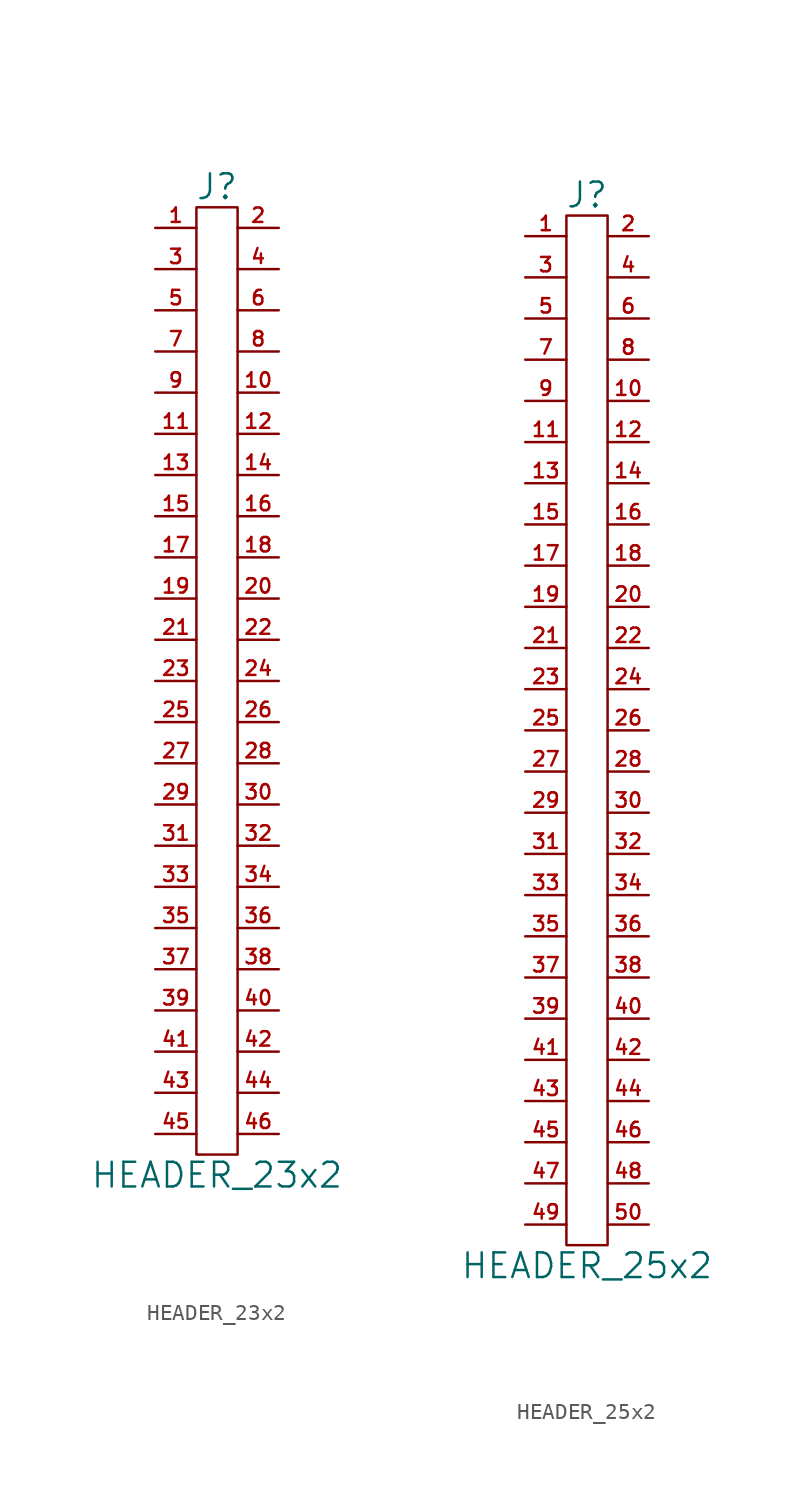
<source format=kicad_sym>
(kicad_symbol_lib
  (version 20211014)
  (generator kicad_symbol_editor)
  (symbol "HEADER_23x2"
    (pin_names
      (offset 0))
    (property "Reference" "J"
      (at 0 30.48 0)
      (effects (font (size 1.524 1.524))))
    (property "Value" "HEADER_23x2"
      (at 0 -30.48 0)
      (effects (font (size 1.524 1.524))))
    (property "Footprint" ""
      (at 0 -2.54 0)
      (effects (font (size 1.524 1.524))))
    (property "Datasheet" ""
      (at 0 -2.54 0)
      (effects (font (size 1.524 1.524))))
    (symbol "HEADER_23x2_0_1"
      (rectangle (start 1.27 -29.21) (end -1.27 29.21) (stroke (width 0) (type default) (color 0 0 0 0)) (fill (type none))))
    (symbol "HEADER_23x2_1_1"
      (pin passive line (at -3.81 27.94 0) (length 2.54) (name "~" (effects (font (size 0.889 0.889)))) (number "1" (effects (font (size 0.889 0.889)))))
      (pin passive line (at 3.81 17.78 180) (length 2.54) (name "~" (effects (font (size 1.27 1.27)))) (number "10" (effects (font (size 0.889 0.889)))))
      (pin passive line (at -3.81 15.24 0) (length 2.54) (name "~" (effects (font (size 1.27 1.27)))) (number "11" (effects (font (size 0.889 0.889)))))
      (pin passive line (at 3.81 15.24 180) (length 2.54) (name "~" (effects (font (size 1.27 1.27)))) (number "12" (effects (font (size 0.889 0.889)))))
      (pin passive line (at -3.81 12.7 0) (length 2.54) (name "~" (effects (font (size 1.27 1.27)))) (number "13" (effects (font (size 0.889 0.889)))))
      (pin passive line (at 3.81 12.7 180) (length 2.54) (name "~" (effects (font (size 1.27 1.27)))) (number "14" (effects (font (size 0.889 0.889)))))
      (pin passive line (at -3.81 10.16 0) (length 2.54) (name "~" (effects (font (size 1.27 1.27)))) (number "15" (effects (font (size 0.889 0.889)))))
      (pin passive line (at 3.81 10.16 180) (length 2.54) (name "~" (effects (font (size 1.27 1.27)))) (number "16" (effects (font (size 0.889 0.889)))))
      (pin passive line (at -3.81 7.62 0) (length 2.54) (name "~" (effects (font (size 1.27 1.27)))) (number "17" (effects (font (size 0.889 0.889)))))
      (pin passive line (at 3.81 7.62 180) (length 2.54) (name "~" (effects (font (size 1.27 1.27)))) (number "18" (effects (font (size 0.889 0.889)))))
      (pin passive line (at -3.81 5.08 0) (length 2.54) (name "~" (effects (font (size 1.27 1.27)))) (number "19" (effects (font (size 0.889 0.889)))))
      (pin passive line (at 3.81 27.94 180) (length 2.54) (name "~" (effects (font (size 1.27 1.27)))) (number "2" (effects (font (size 0.889 0.889)))))
      (pin passive line (at 3.81 5.08 180) (length 2.54) (name "~" (effects (font (size 1.27 1.27)))) (number "20" (effects (font (size 0.889 0.889)))))
      (pin passive line (at -3.81 2.54 0) (length 2.54) (name "~" (effects (font (size 1.27 1.27)))) (number "21" (effects (font (size 0.889 0.889)))))
      (pin passive line (at 3.81 2.54 180) (length 2.54) (name "~" (effects (font (size 1.27 1.27)))) (number "22" (effects (font (size 0.889 0.889)))))
      (pin passive line (at -3.81 0 0) (length 2.54) (name "~" (effects (font (size 1.27 1.27)))) (number "23" (effects (font (size 0.889 0.889)))))
      (pin passive line (at 3.81 0 180) (length 2.54) (name "~" (effects (font (size 1.27 1.27)))) (number "24" (effects (font (size 0.889 0.889)))))
      (pin passive line (at -3.81 -2.54 0) (length 2.54) (name "~" (effects (font (size 1.27 1.27)))) (number "25" (effects (font (size 0.889 0.889)))))
      (pin passive line (at 3.81 -2.54 180) (length 2.54) (name "~" (effects (font (size 1.27 1.27)))) (number "26" (effects (font (size 0.889 0.889)))))
      (pin passive line (at -3.81 -5.08 0) (length 2.54) (name "~" (effects (font (size 1.27 1.27)))) (number "27" (effects (font (size 0.889 0.889)))))
      (pin passive line (at 3.81 -5.08 180) (length 2.54) (name "~" (effects (font (size 1.27 1.27)))) (number "28" (effects (font (size 0.889 0.889)))))
      (pin passive line (at -3.81 -7.62 0) (length 2.54) (name "~" (effects (font (size 1.27 1.27)))) (number "29" (effects (font (size 0.889 0.889)))))
      (pin passive line (at -3.81 25.4 0) (length 2.54) (name "~" (effects (font (size 1.27 1.27)))) (number "3" (effects (font (size 0.889 0.889)))))
      (pin passive line (at 3.81 -7.62 180) (length 2.54) (name "~" (effects (font (size 1.27 1.27)))) (number "30" (effects (font (size 0.889 0.889)))))
      (pin passive line (at -3.81 -10.16 0) (length 2.54) (name "~" (effects (font (size 1.27 1.27)))) (number "31" (effects (font (size 0.889 0.889)))))
      (pin passive line (at 3.81 -10.16 180) (length 2.54) (name "~" (effects (font (size 1.27 1.27)))) (number "32" (effects (font (size 0.889 0.889)))))
      (pin passive line (at -3.81 -12.7 0) (length 2.54) (name "~" (effects (font (size 1.27 1.27)))) (number "33" (effects (font (size 0.889 0.889)))))
      (pin passive line (at 3.81 -12.7 180) (length 2.54) (name "~" (effects (font (size 1.27 1.27)))) (number "34" (effects (font (size 0.889 0.889)))))
      (pin passive line (at -3.81 -15.24 0) (length 2.54) (name "~" (effects (font (size 1.27 1.27)))) (number "35" (effects (font (size 0.889 0.889)))))
      (pin passive line (at 3.81 -15.24 180) (length 2.54) (name "~" (effects (font (size 1.27 1.27)))) (number "36" (effects (font (size 0.889 0.889)))))
      (pin passive line (at -3.81 -17.78 0) (length 2.54) (name "~" (effects (font (size 1.27 1.27)))) (number "37" (effects (font (size 0.889 0.889)))))
      (pin passive line (at 3.81 -17.78 180) (length 2.54) (name "~" (effects (font (size 1.27 1.27)))) (number "38" (effects (font (size 0.889 0.889)))))
      (pin passive line (at -3.81 -20.32 0) (length 2.54) (name "~" (effects (font (size 1.27 1.27)))) (number "39" (effects (font (size 0.889 0.889)))))
      (pin passive line (at 3.81 25.4 180) (length 2.54) (name "~" (effects (font (size 1.27 1.27)))) (number "4" (effects (font (size 0.889 0.889)))))
      (pin passive line (at 3.81 -20.32 180) (length 2.54) (name "~" (effects (font (size 1.27 1.27)))) (number "40" (effects (font (size 0.889 0.889)))))
      (pin passive line (at -3.81 -22.86 0) (length 2.54) (name "~" (effects (font (size 1.27 1.27)))) (number "41" (effects (font (size 0.889 0.889)))))
      (pin passive line (at 3.81 -22.86 180) (length 2.54) (name "~" (effects (font (size 1.27 1.27)))) (number "42" (effects (font (size 0.889 0.889)))))
      (pin passive line (at -3.81 -25.4 0) (length 2.54) (name "~" (effects (font (size 1.27 1.27)))) (number "43" (effects (font (size 0.889 0.889)))))
      (pin passive line (at 3.81 -25.4 180) (length 2.54) (name "~" (effects (font (size 1.27 1.27)))) (number "44" (effects (font (size 0.889 0.889)))))
      (pin passive line (at -3.81 -27.94 0) (length 2.54) (name "~" (effects (font (size 1.27 1.27)))) (number "45" (effects (font (size 0.889 0.889)))))
      (pin passive line (at 3.81 -27.94 180) (length 2.54) (name "~" (effects (font (size 1.27 1.27)))) (number "46" (effects (font (size 0.889 0.889)))))
      (pin passive line (at -3.81 22.86 0) (length 2.54) (name "~" (effects (font (size 1.27 1.27)))) (number "5" (effects (font (size 0.889 0.889)))))
      (pin passive line (at 3.81 22.86 180) (length 2.54) (name "~" (effects (font (size 1.27 1.27)))) (number "6" (effects (font (size 0.889 0.889)))))
      (pin passive line (at -3.81 20.32 0) (length 2.54) (name "~" (effects (font (size 1.27 1.27)))) (number "7" (effects (font (size 0.889 0.889)))))
      (pin passive line (at 3.81 20.32 180) (length 2.54) (name "~" (effects (font (size 1.27 1.27)))) (number "8" (effects (font (size 0.889 0.889)))))
      (pin passive line (at -3.81 17.78 0) (length 2.54) (name "~" (effects (font (size 1.27 1.27)))) (number "9" (effects (font (size 0.889 0.889)))))))
  (symbol "HEADER_25x2"
    (pin_names
      (offset 0))
    (property "Reference" "J"
      (at 0 33.02 0)
      (effects (font (size 1.524 1.524))))
    (property "Value" "HEADER_25x2"
      (at 0 -33.02 0)
      (effects (font (size 1.524 1.524))))
    (property "Footprint" ""
      (at 0 0 0)
      (effects (font (size 1.524 1.524))))
    (property "Datasheet" ""
      (at 0 0 0)
      (effects (font (size 1.524 1.524))))
    (symbol "HEADER_25x2_0_1"
      (rectangle (start 1.27 31.75) (end -1.27 -31.75) (stroke (width 0) (type default) (color 0 0 0 0)) (fill (type none))))
    (symbol "HEADER_25x2_1_1"
      (pin passive line (at -3.81 30.48 0) (length 2.54) (name "~" (effects (font (size 0.889 0.889)))) (number "1" (effects (font (size 0.889 0.889)))))
      (pin passive line (at 3.81 20.32 180) (length 2.54) (name "~" (effects (font (size 1.27 1.27)))) (number "10" (effects (font (size 0.889 0.889)))))
      (pin passive line (at -3.81 17.78 0) (length 2.54) (name "~" (effects (font (size 1.27 1.27)))) (number "11" (effects (font (size 0.889 0.889)))))
      (pin passive line (at 3.81 17.78 180) (length 2.54) (name "~" (effects (font (size 1.27 1.27)))) (number "12" (effects (font (size 0.889 0.889)))))
      (pin passive line (at -3.81 15.24 0) (length 2.54) (name "~" (effects (font (size 1.27 1.27)))) (number "13" (effects (font (size 0.889 0.889)))))
      (pin passive line (at 3.81 15.24 180) (length 2.54) (name "~" (effects (font (size 1.27 1.27)))) (number "14" (effects (font (size 0.889 0.889)))))
      (pin passive line (at -3.81 12.7 0) (length 2.54) (name "~" (effects (font (size 1.27 1.27)))) (number "15" (effects (font (size 0.889 0.889)))))
      (pin passive line (at 3.81 12.7 180) (length 2.54) (name "~" (effects (font (size 1.27 1.27)))) (number "16" (effects (font (size 0.889 0.889)))))
      (pin passive line (at -3.81 10.16 0) (length 2.54) (name "~" (effects (font (size 1.27 1.27)))) (number "17" (effects (font (size 0.889 0.889)))))
      (pin passive line (at 3.81 10.16 180) (length 2.54) (name "~" (effects (font (size 1.27 1.27)))) (number "18" (effects (font (size 0.889 0.889)))))
      (pin passive line (at -3.81 7.62 0) (length 2.54) (name "~" (effects (font (size 1.27 1.27)))) (number "19" (effects (font (size 0.889 0.889)))))
      (pin passive line (at 3.81 30.48 180) (length 2.54) (name "~" (effects (font (size 1.27 1.27)))) (number "2" (effects (font (size 0.889 0.889)))))
      (pin passive line (at 3.81 7.62 180) (length 2.54) (name "~" (effects (font (size 1.27 1.27)))) (number "20" (effects (font (size 0.889 0.889)))))
      (pin passive line (at -3.81 5.08 0) (length 2.54) (name "~" (effects (font (size 1.27 1.27)))) (number "21" (effects (font (size 0.889 0.889)))))
      (pin passive line (at 3.81 5.08 180) (length 2.54) (name "~" (effects (font (size 1.27 1.27)))) (number "22" (effects (font (size 0.889 0.889)))))
      (pin passive line (at -3.81 2.54 0) (length 2.54) (name "~" (effects (font (size 1.27 1.27)))) (number "23" (effects (font (size 0.889 0.889)))))
      (pin passive line (at 3.81 2.54 180) (length 2.54) (name "~" (effects (font (size 1.27 1.27)))) (number "24" (effects (font (size 0.889 0.889)))))
      (pin passive line (at -3.81 0 0) (length 2.54) (name "~" (effects (font (size 1.27 1.27)))) (number "25" (effects (font (size 0.889 0.889)))))
      (pin passive line (at 3.81 0 180) (length 2.54) (name "~" (effects (font (size 1.27 1.27)))) (number "26" (effects (font (size 0.889 0.889)))))
      (pin passive line (at -3.81 -2.54 0) (length 2.54) (name "~" (effects (font (size 1.27 1.27)))) (number "27" (effects (font (size 0.889 0.889)))))
      (pin passive line (at 3.81 -2.54 180) (length 2.54) (name "~" (effects (font (size 1.27 1.27)))) (number "28" (effects (font (size 0.889 0.889)))))
      (pin passive line (at -3.81 -5.08 0) (length 2.54) (name "~" (effects (font (size 1.27 1.27)))) (number "29" (effects (font (size 0.889 0.889)))))
      (pin passive line (at -3.81 27.94 0) (length 2.54) (name "~" (effects (font (size 1.27 1.27)))) (number "3" (effects (font (size 0.889 0.889)))))
      (pin passive line (at 3.81 -5.08 180) (length 2.54) (name "~" (effects (font (size 1.27 1.27)))) (number "30" (effects (font (size 0.889 0.889)))))
      (pin passive line (at -3.81 -7.62 0) (length 2.54) (name "~" (effects (font (size 1.27 1.27)))) (number "31" (effects (font (size 0.889 0.889)))))
      (pin passive line (at 3.81 -7.62 180) (length 2.54) (name "~" (effects (font (size 1.27 1.27)))) (number "32" (effects (font (size 0.889 0.889)))))
      (pin passive line (at -3.81 -10.16 0) (length 2.54) (name "~" (effects (font (size 1.27 1.27)))) (number "33" (effects (font (size 0.889 0.889)))))
      (pin passive line (at 3.81 -10.16 180) (length 2.54) (name "~" (effects (font (size 1.27 1.27)))) (number "34" (effects (font (size 0.889 0.889)))))
      (pin passive line (at -3.81 -12.7 0) (length 2.54) (name "~" (effects (font (size 1.27 1.27)))) (number "35" (effects (font (size 0.889 0.889)))))
      (pin passive line (at 3.81 -12.7 180) (length 2.54) (name "~" (effects (font (size 1.27 1.27)))) (number "36" (effects (font (size 0.889 0.889)))))
      (pin passive line (at -3.81 -15.24 0) (length 2.54) (name "~" (effects (font (size 1.27 1.27)))) (number "37" (effects (font (size 0.889 0.889)))))
      (pin passive line (at 3.81 -15.24 180) (length 2.54) (name "~" (effects (font (size 1.27 1.27)))) (number "38" (effects (font (size 0.889 0.889)))))
      (pin passive line (at -3.81 -17.78 0) (length 2.54) (name "~" (effects (font (size 1.27 1.27)))) (number "39" (effects (font (size 0.889 0.889)))))
      (pin passive line (at 3.81 27.94 180) (length 2.54) (name "~" (effects (font (size 1.27 1.27)))) (number "4" (effects (font (size 0.889 0.889)))))
      (pin passive line (at 3.81 -17.78 180) (length 2.54) (name "~" (effects (font (size 1.27 1.27)))) (number "40" (effects (font (size 0.889 0.889)))))
      (pin passive line (at -3.81 -20.32 0) (length 2.54) (name "~" (effects (font (size 1.27 1.27)))) (number "41" (effects (font (size 0.889 0.889)))))
      (pin passive line (at 3.81 -20.32 180) (length 2.54) (name "~" (effects (font (size 1.27 1.27)))) (number "42" (effects (font (size 0.889 0.889)))))
      (pin passive line (at -3.81 -22.86 0) (length 2.54) (name "~" (effects (font (size 1.27 1.27)))) (number "43" (effects (font (size 0.889 0.889)))))
      (pin passive line (at 3.81 -22.86 180) (length 2.54) (name "~" (effects (font (size 1.27 1.27)))) (number "44" (effects (font (size 0.889 0.889)))))
      (pin passive line (at -3.81 -25.4 0) (length 2.54) (name "~" (effects (font (size 1.27 1.27)))) (number "45" (effects (font (size 0.889 0.889)))))
      (pin passive line (at 3.81 -25.4 180) (length 2.54) (name "~" (effects (font (size 1.27 1.27)))) (number "46" (effects (font (size 0.889 0.889)))))
      (pin passive line (at -3.81 -27.94 0) (length 2.54) (name "~" (effects (font (size 1.27 1.27)))) (number "47" (effects (font (size 0.889 0.889)))))
      (pin passive line (at 3.81 -27.94 180) (length 2.54) (name "~" (effects (font (size 1.27 1.27)))) (number "48" (effects (font (size 0.889 0.889)))))
      (pin passive line (at -3.81 -30.48 0) (length 2.54) (name "~" (effects (font (size 1.27 1.27)))) (number "49" (effects (font (size 0.889 0.889)))))
      (pin passive line (at -3.81 25.4 0) (length 2.54) (name "~" (effects (font (size 1.27 1.27)))) (number "5" (effects (font (size 0.889 0.889)))))
      (pin passive line (at 3.81 -30.48 180) (length 2.54) (name "~" (effects (font (size 1.27 1.27)))) (number "50" (effects (font (size 0.889 0.889)))))
      (pin passive line (at 3.81 25.4 180) (length 2.54) (name "~" (effects (font (size 1.27 1.27)))) (number "6" (effects (font (size 0.889 0.889)))))
      (pin passive line (at -3.81 22.86 0) (length 2.54) (name "~" (effects (font (size 1.27 1.27)))) (number "7" (effects (font (size 0.889 0.889)))))
      (pin passive line (at 3.81 22.86 180) (length 2.54) (name "~" (effects (font (size 1.27 1.27)))) (number "8" (effects (font (size 0.889 0.889)))))
      (pin passive line (at -3.81 20.32 0) (length 2.54) (name "~" (effects (font (size 1.27 1.27)))) (number "9" (effects (font (size 0.889 0.889))))))))
</source>
